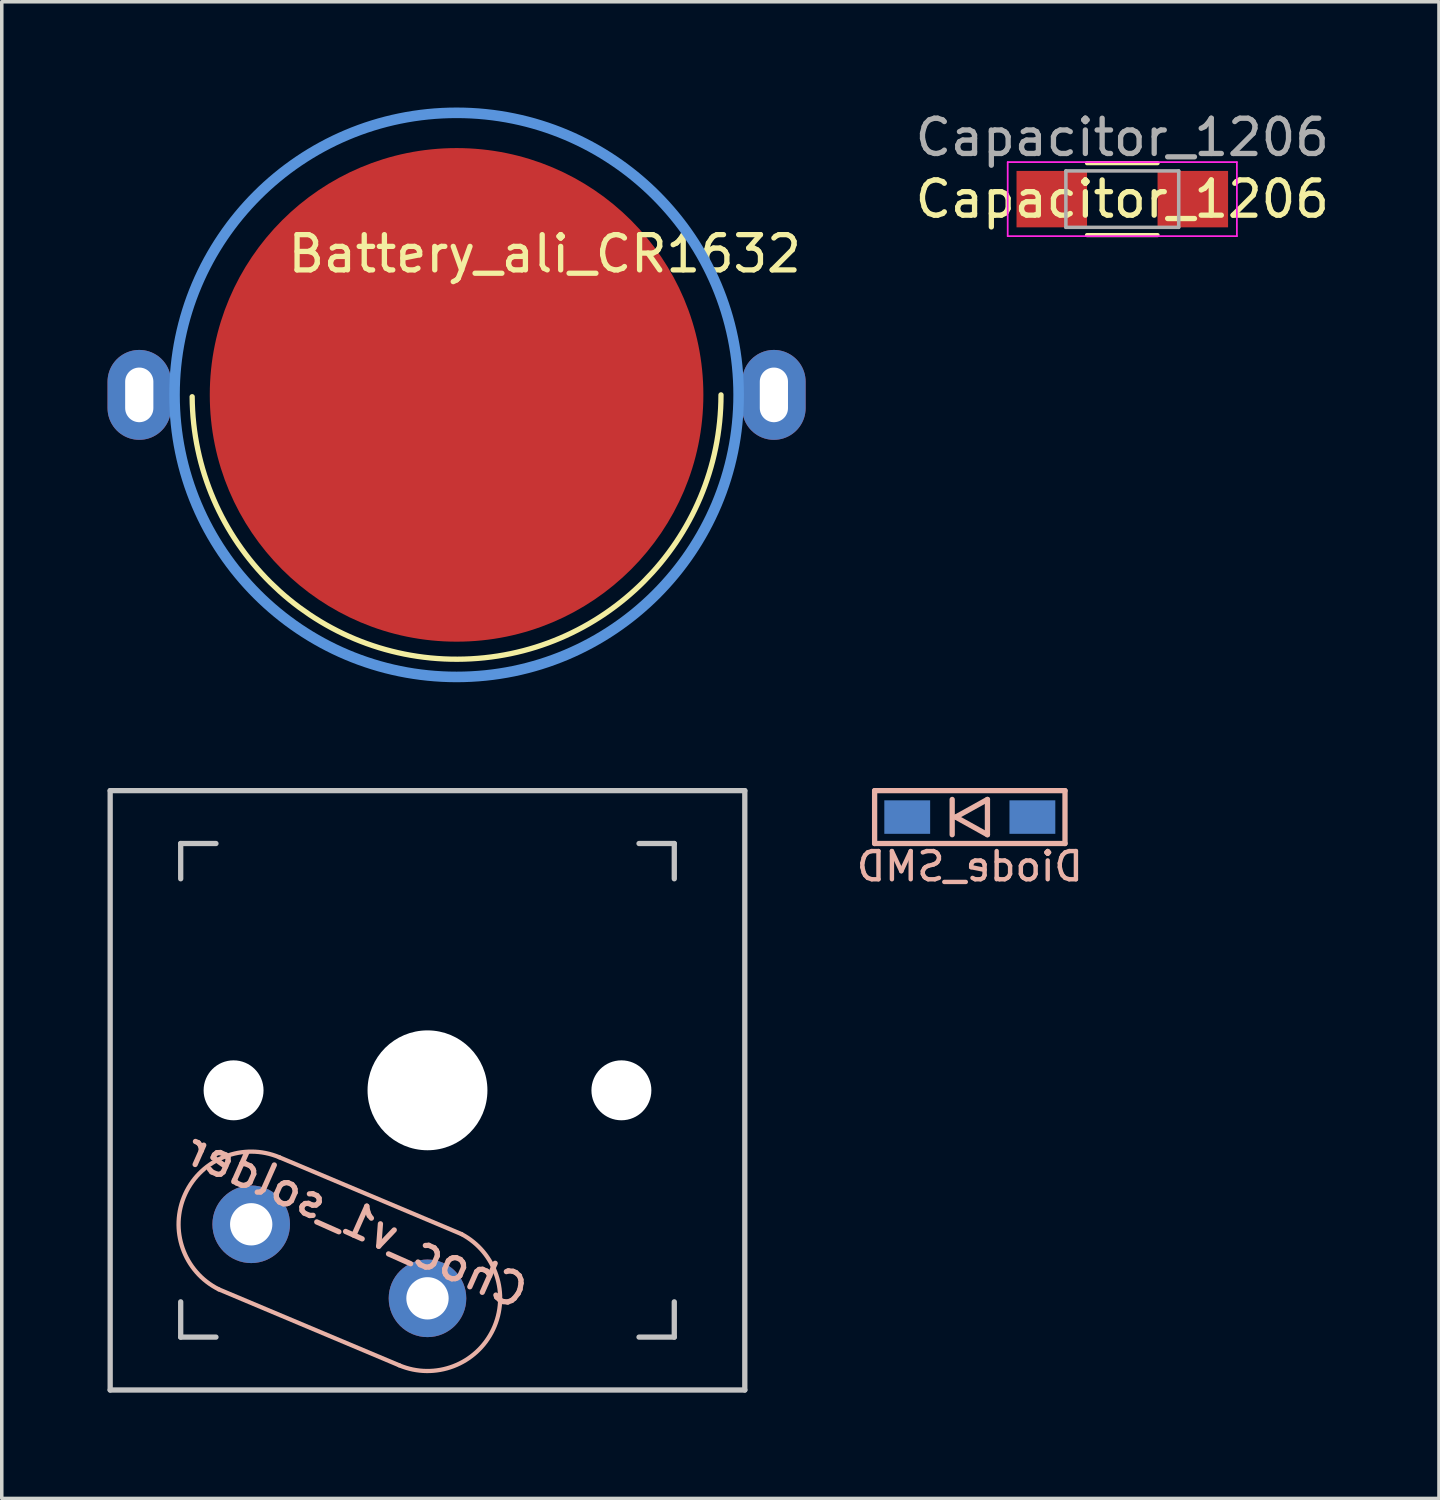
<source format=kicad_pcb>
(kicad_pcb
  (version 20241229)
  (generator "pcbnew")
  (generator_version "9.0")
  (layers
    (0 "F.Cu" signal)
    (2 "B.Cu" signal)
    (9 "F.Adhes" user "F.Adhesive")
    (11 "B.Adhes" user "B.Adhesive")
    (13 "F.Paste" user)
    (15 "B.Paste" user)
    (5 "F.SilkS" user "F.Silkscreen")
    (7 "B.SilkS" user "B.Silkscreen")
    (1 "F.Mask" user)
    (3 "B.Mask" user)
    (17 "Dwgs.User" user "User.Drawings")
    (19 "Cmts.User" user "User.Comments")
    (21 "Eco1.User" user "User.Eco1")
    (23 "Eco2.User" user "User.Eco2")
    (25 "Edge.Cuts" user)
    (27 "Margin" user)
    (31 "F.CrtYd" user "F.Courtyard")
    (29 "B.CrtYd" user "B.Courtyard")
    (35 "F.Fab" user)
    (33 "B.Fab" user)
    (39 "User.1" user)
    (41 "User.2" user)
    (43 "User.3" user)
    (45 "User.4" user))
  (footprint "Battery_ali_CR1632"
    (layer "F.Cu")
    (at 9.9 8.15)
    (property "Reference" "Battery_ali_CR1632" (at 2.5 -4 0) (layer "F.SilkS") (effects (font (size 1 1) (thickness 0.15))))
    (attr through_hole)
    (fp_arc (start 7.5 0) (mid 0.02618 7.499954) (end -7.499817 0.052359) (stroke (width 0.15) (type solid)) (layer "F.SilkS"))
    (fp_circle (center 0 0) (end 0 -8) (stroke (width 0.3) (type solid)) (fill no) (layer "Cmts.User"))
    (pad "1" thru_hole oval (at -9 0) (size 1.8 2.55) (drill oval 0.8 1.55) (layers "*.Cu" "*.Mask"))
    (pad "1" thru_hole oval (at 9 0) (size 1.8 2.55) (drill oval 0.8 1.55) (layers "*.Cu" "*.Mask"))
    (pad "2" smd circle (at 0 0) (size 14 14) (layers "F.Cu" "F.Mask")))
  (footprint "Diode_SMD"
    (layer "F.Cu")
    (at 24.457 20.125)
    (property "Reference" "Diode_SMD" (at 0 1.4 0) (layer "B.SilkS") (effects (font (size 0.8 0.8) (thickness 0.125)) (justify mirror)))
    (attr smd)
    (fp_line (start -2.7 -0.75) (end -2.7 0.75) (stroke (width 0.15) (type solid)) (layer "B.SilkS"))
    (fp_line (start -2.7 0.75) (end 2.7 0.75) (stroke (width 0.15) (type solid)) (layer "B.SilkS"))
    (fp_line (start -0.5 -0.5) (end -0.5 0.5) (stroke (width 0.15) (type solid)) (layer "B.SilkS"))
    (fp_line (start -0.4 0) (end 0.5 -0.5) (stroke (width 0.15) (type solid)) (layer "B.SilkS"))
    (fp_line (start 0.5 -0.5) (end 0.5 0.5) (stroke (width 0.15) (type solid)) (layer "B.SilkS"))
    (fp_line (start 0.5 0.5) (end -0.4 0) (stroke (width 0.15) (type solid)) (layer "B.SilkS"))
    (fp_line (start 2.7 -0.75) (end -2.7 -0.75) (stroke (width 0.15) (type solid)) (layer "B.SilkS"))
    (fp_line (start 2.7 0.75) (end 2.7 -0.75) (stroke (width 0.15) (type solid)) (layer "B.SilkS"))
    (pad "1" smd rect (at -1.775 0) (size 1.3 0.95) (layers "B.Cu" "B.Mask" "B.Paste"))
    (pad "2" smd rect (at 1.775 0) (size 1.3 0.95) (layers "B.Cu" "B.Mask" "B.Paste")))
  (footprint "Capacitor_1206"
    (layer "F.Cu")
    (at 28.782 2.598)
    (property "Reference" "Capacitor_1206" (at 0 0 180) (layer "F.SilkS") (effects (font (size 1 1) (thickness 0.15))))
    (attr smd)
    (fp_line (start -1 1.02) (end 1 1.02) (stroke (width 0.12) (type solid)) (layer "F.SilkS"))
    (fp_line (start 1 -1.02) (end -1 -1.02) (stroke (width 0.12) (type solid)) (layer "F.SilkS"))
    (fp_line (start -3.25 -1.05) (end -3.25 1.05) (stroke (width 0.05) (type solid)) (layer "F.CrtYd"))
    (fp_line (start -3.25 -1.05) (end 3.25 -1.05) (stroke (width 0.05) (type solid)) (layer "F.CrtYd"))
    (fp_line (start 3.25 1.05) (end -3.25 1.05) (stroke (width 0.05) (type solid)) (layer "F.CrtYd"))
    (fp_line (start 3.25 1.05) (end 3.25 -1.05) (stroke (width 0.05) (type solid)) (layer "F.CrtYd"))
    (fp_line (start -1.6 -0.8) (end 1.6 -0.8) (stroke (width 0.1) (type solid)) (layer "F.Fab"))
    (fp_line (start -1.6 0.8) (end -1.6 -0.8) (stroke (width 0.1) (type solid)) (layer "F.Fab"))
    (fp_line (start 1.6 -0.8) (end 1.6 0.8) (stroke (width 0.1) (type solid)) (layer "F.Fab"))
    (fp_line (start 1.6 0.8) (end -1.6 0.8) (stroke (width 0.1) (type solid)) (layer "F.Fab"))
    (fp_text user "${REFERENCE}" (at 0 -1.75 180) (layer "F.Fab") (effects (font (size 1 1) (thickness 0.15))))
    (pad "1" smd rect (at -2 0) (size 2 1.6) (layers "F.Cu" "F.Mask" "F.Paste"))
    (pad "2" smd rect (at 2 0) (size 2 1.6) (layers "F.Cu" "F.Mask" "F.Paste")))
  (footprint "Choc_v1_solder"
    (layer "F.Cu")
    (at 9.075 27.875)
    (property "Reference" "Choc_v1_solder" (at -2 3.7 336) (layer "B.SilkS") (effects (font (size 0.9 0.9) (thickness 0.15)) (justify mirror)))
    (attr through_hole)
    (fp_line (start -4.2 1.9) (end 0.965 4.078) (stroke (width 0.12) (type solid)) (layer "B.SilkS"))
    (fp_line (start -0.8 7.8) (end -5.922 5.644) (stroke (width 0.12) (type solid)) (layer "B.SilkS"))
    (fp_arc (start -5.920944 5.644414) (mid -6.873183 2.939079) (end -4.2 1.9) (stroke (width 0.12) (type solid)) (layer "B.SilkS"))
    (fp_arc (start 0.965732 4.078637) (mid 1.862526 6.783741) (end -0.8 7.8) (stroke (width 0.12) (type solid)) (layer "B.SilkS"))
    (fp_line (start -9 -8.5) (end 9 -8.5) (stroke (width 0.15) (type solid)) (layer "Dwgs.User"))
    (fp_line (start -9 8.5) (end -9 -8.5) (stroke (width 0.15) (type solid)) (layer "Dwgs.User"))
    (fp_line (start -7 -7) (end -6 -7) (stroke (width 0.15) (type solid)) (layer "Dwgs.User"))
    (fp_line (start -7 -6) (end -7 -7) (stroke (width 0.15) (type solid)) (layer "Dwgs.User"))
    (fp_line (start -7 7) (end -7 6) (stroke (width 0.15) (type solid)) (layer "Dwgs.User"))
    (fp_line (start -6 7) (end -7 7) (stroke (width 0.15) (type solid)) (layer "Dwgs.User"))
    (fp_line (start 6 7) (end 7 7) (stroke (width 0.15) (type solid)) (layer "Dwgs.User"))
    (fp_line (start 7 -7) (end 6 -7) (stroke (width 0.15) (type solid)) (layer "Dwgs.User"))
    (fp_line (start 7 -6) (end 7 -7) (stroke (width 0.15) (type solid)) (layer "Dwgs.User"))
    (fp_line (start 7 7) (end 7 6) (stroke (width 0.15) (type solid)) (layer "Dwgs.User"))
    (fp_line (start 9 -8.5) (end 9 8.5) (stroke (width 0.15) (type solid)) (layer "Dwgs.User"))
    (fp_line (start 9 8.5) (end -9 8.5) (stroke (width 0.15) (type solid)) (layer "Dwgs.User"))
    (pad "" np_thru_hole circle (at -5.5 0) (size 1.7 1.7) (drill 1.7) (layers "*.Cu" "*.Mask"))
    (pad "" np_thru_hole circle (at 0 0 90) (size 3.4 3.4) (drill 3.4) (layers "*.Cu" "*.Mask"))
    (pad "" np_thru_hole circle (at 5.5 0) (size 1.7 1.7) (drill 1.7) (layers "*.Cu" "*.Mask"))
    (pad "1" thru_hole circle (at -5 3.8) (size 2.2 2.2) (drill 1.2) (layers "*.Cu" "*.Mask"))
    (pad "2" thru_hole circle (at 0 5.9) (size 2.2 2.2) (drill 1.2) (layers "*.Cu" "*.Mask")))
  (gr_rect
    (start -3 -3)
    (end 37.764 39.45)
    (stroke (width 0.1) (type default))
    (fill no)
    (layer "Edge.Cuts")))
</source>
